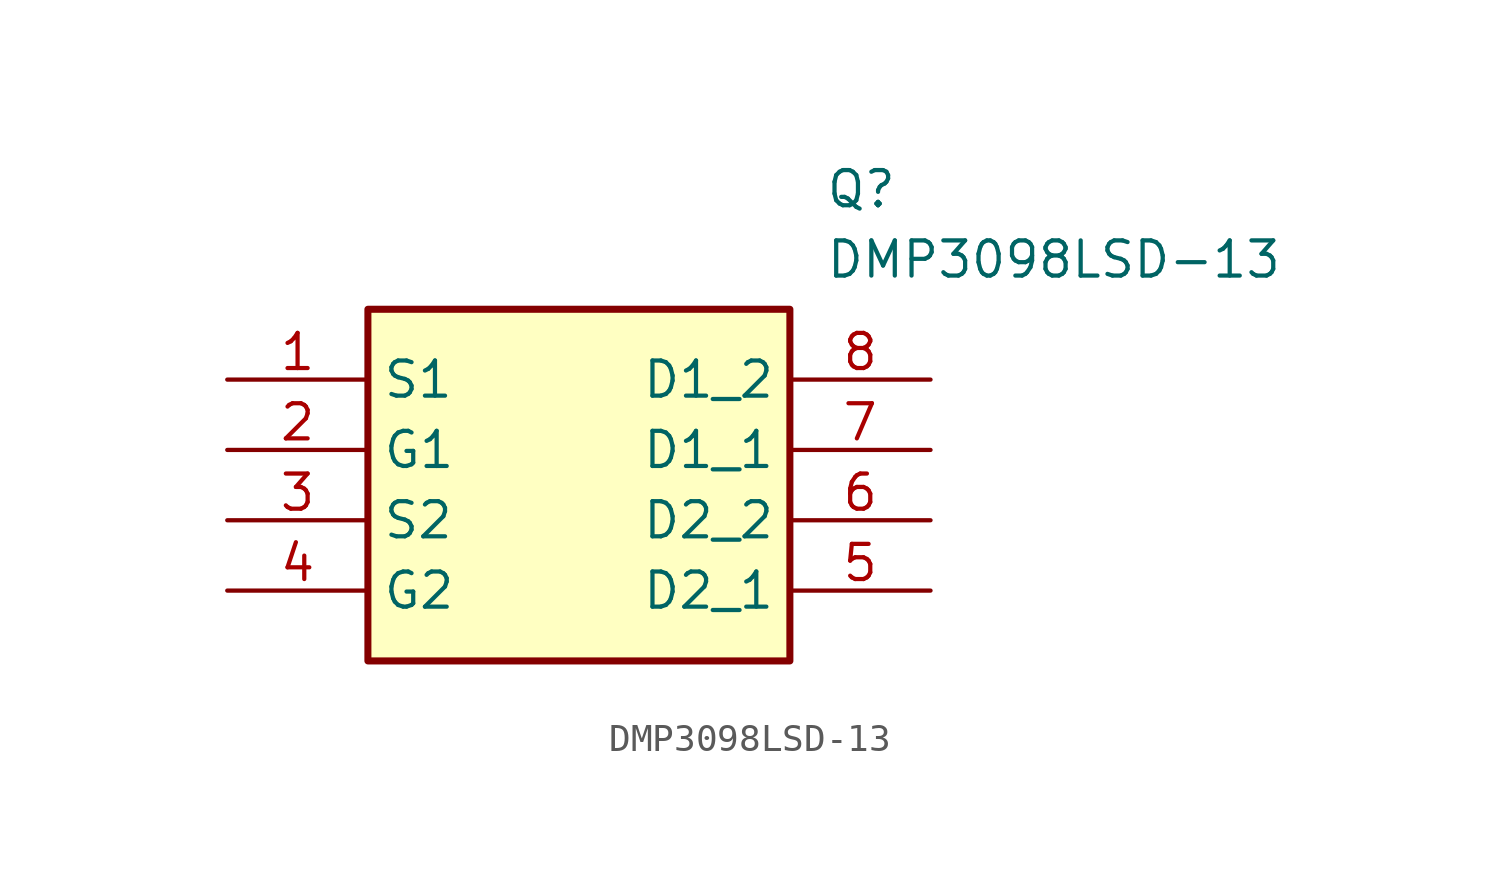
<source format=kicad_sym>
(kicad_symbol_lib
  (version 20220914)
  (generator kicad_symbol_editor)
  (symbol "DMP3098LSD-13"
    (property "Reference" "Q"
      (at 21.59 7.62 0)
      (effects (font (size 1.27 1.27)) (justify left top)))
    (property "Value" "DMP3098LSD-13"
      (at 21.59 5.08 0)
      (effects (font (size 1.27 1.27)) (justify left top)))
    (symbol "DMP3098LSD-13_1_1"
      (rectangle (start 5.08 2.54) (end 20.32 -10.16) (stroke (width 0.254) (type default)) (fill (type background)))
      (pin passive line (at 0 0 0) (length 5.08) (name "S1" (effects (font (size 1.27 1.27)))) (number "1" (effects (font (size 1.27 1.27)))))
      (pin passive line (at 0 -2.54 0) (length 5.08) (name "G1" (effects (font (size 1.27 1.27)))) (number "2" (effects (font (size 1.27 1.27)))))
      (pin passive line (at 0 -5.08 0) (length 5.08) (name "S2" (effects (font (size 1.27 1.27)))) (number "3" (effects (font (size 1.27 1.27)))))
      (pin passive line (at 0 -7.62 0) (length 5.08) (name "G2" (effects (font (size 1.27 1.27)))) (number "4" (effects (font (size 1.27 1.27)))))
      (pin passive line (at 25.4 -7.62 180) (length 5.08) (name "D2_1" (effects (font (size 1.27 1.27)))) (number "5" (effects (font (size 1.27 1.27)))))
      (pin passive line (at 25.4 -5.08 180) (length 5.08) (name "D2_2" (effects (font (size 1.27 1.27)))) (number "6" (effects (font (size 1.27 1.27)))))
      (pin passive line (at 25.4 -2.54 180) (length 5.08) (name "D1_1" (effects (font (size 1.27 1.27)))) (number "7" (effects (font (size 1.27 1.27)))))
      (pin passive line (at 25.4 0 180) (length 5.08) (name "D1_2" (effects (font (size 1.27 1.27)))) (number "8" (effects (font (size 1.27 1.27))))))))
</source>
